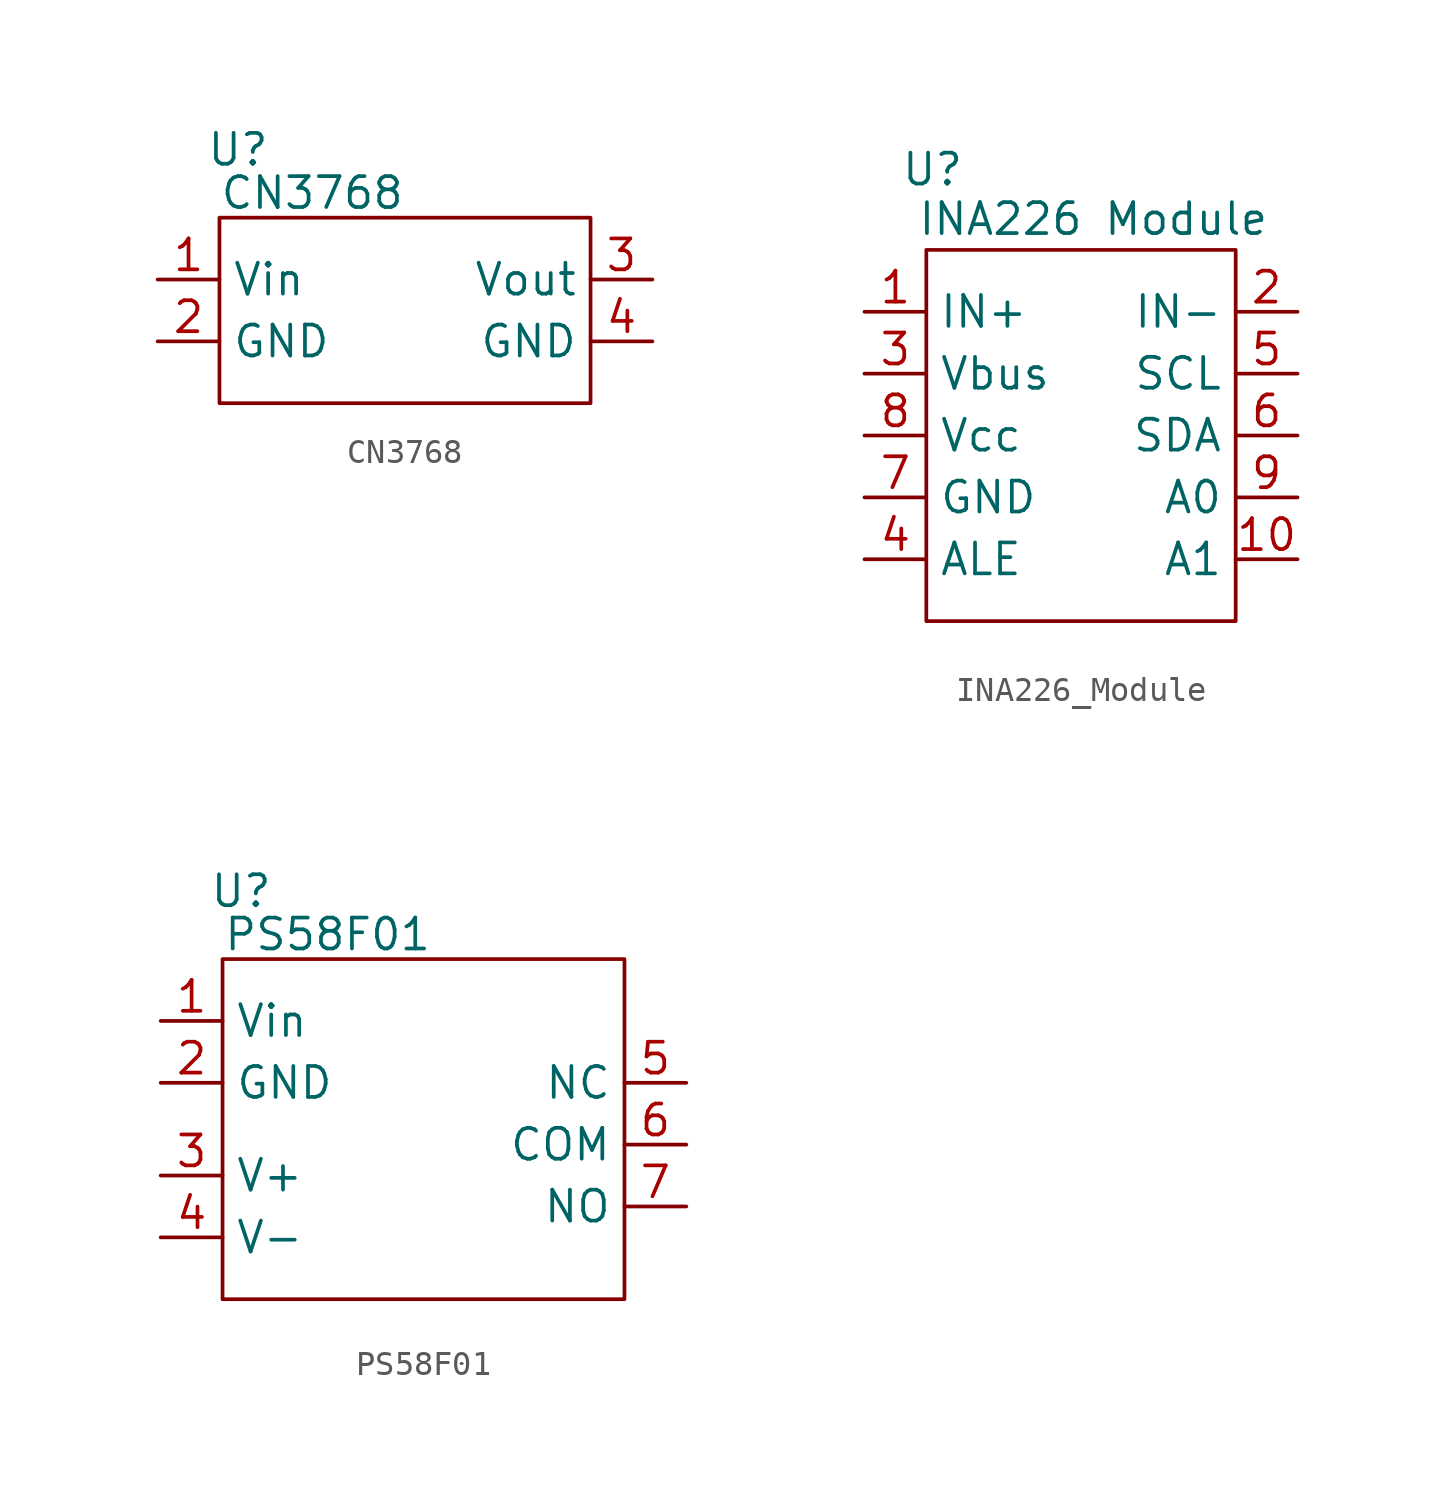
<source format=kicad_sym>
(kicad_symbol_lib
  (version 20231120)
  (generator "kicad_symbol_editor")
  (generator_version "8.0")
  (symbol "CN3768"
    (property "Reference" "U"
      (at 0.762 2.794 0)
      (effects (font (size 1.27 1.27))))
    (property "Value" "CN3768"
      (at 3.81 1.016 0)
      (effects (font (size 1.27 1.27))))
    (symbol "CN3768_0_1"
      (rectangle (start 0 0) (end 15.24 -7.62) (stroke (width 0) (type default)) (fill (type none))))
    (symbol "CN3768_1_1"
      (pin power_in line (at -2.54 -2.54 0) (length 2.54) (name "Vin" (effects (font (size 1.27 1.27)))) (number "1" (effects (font (size 1.27 1.27)))))
      (pin power_in line (at -2.54 -5.08 0) (length 2.54) (name "GND" (effects (font (size 1.27 1.27)))) (number "2" (effects (font (size 1.27 1.27)))))
      (pin power_out line (at 17.78 -2.54 180) (length 2.54) (name "Vout" (effects (font (size 1.27 1.27)))) (number "3" (effects (font (size 1.27 1.27)))))
      (pin power_out line (at 17.78 -5.08 180) (length 2.54) (name "GND" (effects (font (size 1.27 1.27)))) (number "4" (effects (font (size 1.27 1.27)))))))
  (symbol "INA226_Module"
    (property "Reference" "U"
      (at 0.254 3.302 0)
      (effects (font (size 1.27 1.27))))
    (property "Value" "INA226 Module"
      (at 6.858 1.27 0)
      (effects (font (size 1.27 1.27))))
    (symbol "INA226_Module_0_1"
      (rectangle (start 0 0) (end 12.7 -15.24) (stroke (width 0) (type default)) (fill (type none))))
    (symbol "INA226_Module_1_1"
      (pin input line (at -2.54 -2.54 0) (length 2.54) (name "IN+" (effects (font (size 1.27 1.27)))) (number "1" (effects (font (size 1.27 1.27)))))
      (pin output line (at 15.24 -12.7 180) (length 2.54) (name "A1" (effects (font (size 1.27 1.27)))) (number "10" (effects (font (size 1.27 1.27)))))
      (pin output line (at 15.24 -2.54 180) (length 2.54) (name "IN-" (effects (font (size 1.27 1.27)))) (number "2" (effects (font (size 1.27 1.27)))))
      (pin input line (at -2.54 -5.08 0) (length 2.54) (name "Vbus" (effects (font (size 1.27 1.27)))) (number "3" (effects (font (size 1.27 1.27)))))
      (pin output line (at -2.54 -12.7 0) (length 2.54) (name "ALE" (effects (font (size 1.27 1.27)))) (number "4" (effects (font (size 1.27 1.27)))))
      (pin output line (at 15.24 -5.08 180) (length 2.54) (name "SCL" (effects (font (size 1.27 1.27)))) (number "5" (effects (font (size 1.27 1.27)))))
      (pin output line (at 15.24 -7.62 180) (length 2.54) (name "SDA" (effects (font (size 1.27 1.27)))) (number "6" (effects (font (size 1.27 1.27)))))
      (pin power_in line (at -2.54 -10.16 0) (length 2.54) (name "GND" (effects (font (size 1.27 1.27)))) (number "7" (effects (font (size 1.27 1.27)))))
      (pin power_in line (at -2.54 -7.62 0) (length 2.54) (name "Vcc" (effects (font (size 1.27 1.27)))) (number "8" (effects (font (size 1.27 1.27)))))
      (pin output line (at 15.24 -10.16 180) (length 2.54) (name "A0" (effects (font (size 1.27 1.27)))) (number "9" (effects (font (size 1.27 1.27)))))))
  (symbol "PS58F01"
    (property "Reference" "U"
      (at 0.762 2.794 0)
      (effects (font (size 1.27 1.27))))
    (property "Value" "PS58F01"
      (at 4.318 1.016 0)
      (effects (font (size 1.27 1.27))))
    (symbol "PS58F01_0_1"
      (rectangle (start 0 0) (end 16.51 -13.97) (stroke (width 0) (type default)) (fill (type none))))
    (symbol "PS58F01_1_1"
      (pin power_in line (at -2.54 -2.54 0) (length 2.54) (name "Vin" (effects (font (size 1.27 1.27)))) (number "1" (effects (font (size 1.27 1.27)))))
      (pin power_in line (at -2.54 -5.08 0) (length 2.54) (name "GND" (effects (font (size 1.27 1.27)))) (number "2" (effects (font (size 1.27 1.27)))))
      (pin power_in line (at -2.54 -8.89 0) (length 2.54) (name "V+" (effects (font (size 1.27 1.27)))) (number "3" (effects (font (size 1.27 1.27)))))
      (pin power_in line (at -2.54 -11.43 0) (length 2.54) (name "V-" (effects (font (size 1.27 1.27)))) (number "4" (effects (font (size 1.27 1.27)))))
      (pin bidirectional line (at 19.05 -5.08 180) (length 2.54) (name "NC" (effects (font (size 1.27 1.27)))) (number "5" (effects (font (size 1.27 1.27)))))
      (pin bidirectional line (at 19.05 -7.62 180) (length 2.54) (name "COM" (effects (font (size 1.27 1.27)))) (number "6" (effects (font (size 1.27 1.27)))))
      (pin bidirectional line (at 19.05 -10.16 180) (length 2.54) (name "NO" (effects (font (size 1.27 1.27)))) (number "7" (effects (font (size 1.27 1.27))))))))
</source>
